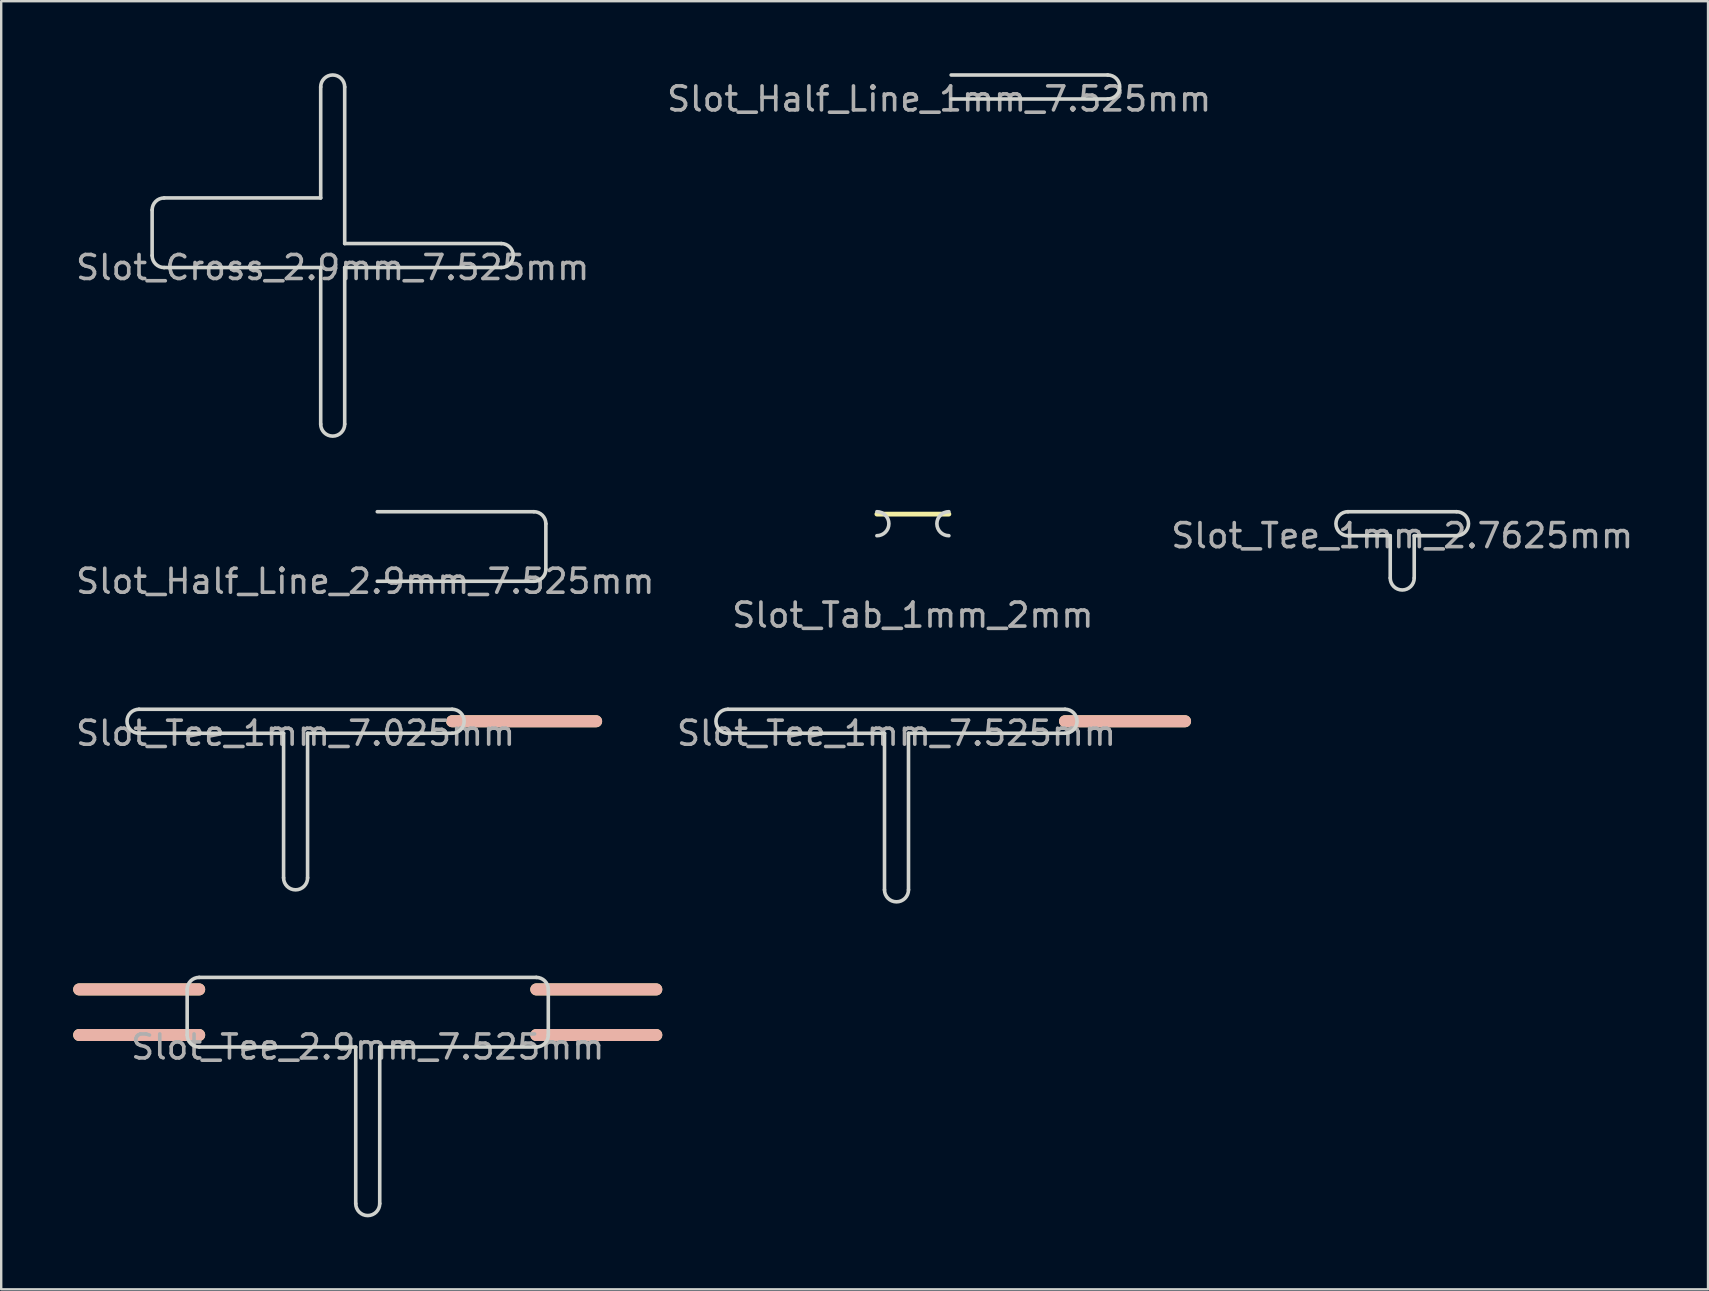
<source format=kicad_pcb>
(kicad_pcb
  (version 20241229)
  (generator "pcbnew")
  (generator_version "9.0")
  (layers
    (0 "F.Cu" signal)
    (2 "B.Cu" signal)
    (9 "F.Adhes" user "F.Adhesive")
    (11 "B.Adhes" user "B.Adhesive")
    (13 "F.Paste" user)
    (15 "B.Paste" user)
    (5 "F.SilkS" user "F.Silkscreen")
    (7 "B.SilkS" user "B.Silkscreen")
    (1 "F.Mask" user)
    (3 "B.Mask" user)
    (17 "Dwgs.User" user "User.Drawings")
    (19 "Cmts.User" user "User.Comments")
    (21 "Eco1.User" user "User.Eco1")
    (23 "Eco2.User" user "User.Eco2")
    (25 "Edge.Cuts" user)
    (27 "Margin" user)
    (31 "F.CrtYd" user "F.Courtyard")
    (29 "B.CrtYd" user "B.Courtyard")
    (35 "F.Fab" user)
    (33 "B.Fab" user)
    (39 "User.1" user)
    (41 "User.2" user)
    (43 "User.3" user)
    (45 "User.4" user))
  (footprint "Slot_Tee_1mm_2.7625mm"
    (layer "F.Cu")
    (at 55.387 18.775)
    (property "Reference" "Slot_Tee_1mm_2.7625mm" (at 0 0.5 0) (layer "F.Fab") (effects (font (size 1 1) (thickness 0.15))))
    (attr through_hole)
    (fp_line (start -2.263 0.5) (end -0.5 0.5) (stroke (width 0.15) (type solid)) (layer "Edge.Cuts"))
    (fp_line (start -0.5 0.5) (end -0.5 2.263) (stroke (width 0.15) (type solid)) (layer "Edge.Cuts"))
    (fp_line (start 0.5 0.5) (end 2.263 0.5) (stroke (width 0.15) (type solid)) (layer "Edge.Cuts"))
    (fp_line (start 0.5 2.263) (end 0.5 0.5) (stroke (width 0.15) (type solid)) (layer "Edge.Cuts"))
    (fp_line (start 2.263 -0.5) (end -2.263 -0.5) (stroke (width 0.15) (type solid)) (layer "Edge.Cuts"))
    (fp_arc (start -2.2625 0.5) (mid -2.7625 0) (end -2.2625 -0.5) (stroke (width 0.15) (type solid)) (layer "Edge.Cuts"))
    (fp_arc (start 0.5 2.2625) (mid 0 2.7625) (end -0.5 2.2625) (stroke (width 0.15) (type solid)) (layer "Edge.Cuts"))
    (fp_arc (start 2.2625 -0.5) (mid 2.7625 0) (end 2.2625 0.5) (stroke (width 0.15) (type solid)) (layer "Edge.Cuts")))
  (footprint "Slot_Half_Line_2.9mm_7.525mm"
    (layer "F.Cu")
    (at 12.173 20.675)
    (property "Reference" "Slot_Half_Line_2.9mm_7.525mm" (at 0 0.5 0) (layer "F.Fab") (effects (font (size 1 1) (thickness 0.15))))
    (attr through_hole)
    (fp_line (start 0.5 0.5) (end 7.025 0.5) (stroke (width 0.15) (type solid)) (layer "Edge.Cuts"))
    (fp_line (start 7.025 -2.4) (end 0.5 -2.4) (stroke (width 0.15) (type solid)) (layer "Edge.Cuts"))
    (fp_line (start 7.525 -1.9) (end 7.525 0) (stroke (width 0.15) (type solid)) (layer "Edge.Cuts"))
    (fp_arc (start 7.025 -2.4) (mid 7.378553 -2.253553) (end 7.525 -1.9) (stroke (width 0.15) (type solid)) (layer "Edge.Cuts"))
    (fp_arc (start 7.525 0) (mid 7.378553 0.353553) (end 7.025 0.5) (stroke (width 0.15) (type solid)) (layer "Edge.Cuts")))
  (footprint "Slot_Tab_1mm_2mm"
    (layer "F.Cu")
    (at 34.994 18.775)
    (property "Reference" "Slot_Tab_1mm_2mm" (at 0 3.81 0) (layer "F.Fab") (effects (font (size 1 1) (thickness 0.15))))
    (attr through_hole)
    (fp_line (start -1.5 -0.4) (end 1.5 -0.4) (stroke (width 0.2) (type solid)) (layer "F.SilkS"))
    (fp_arc (start -1.5 -0.5) (mid -1 0) (end -1.5 0.5) (stroke (width 0.15) (type solid)) (layer "Edge.Cuts"))
    (fp_arc (start 1.5 0.5) (mid 1 0) (end 1.5 -0.5) (stroke (width 0.15) (type solid)) (layer "Edge.Cuts")))
  (footprint "Slot_Tee_1mm_7.525mm"
    (layer "F.Cu")
    (at 34.311 27.008)
    (property "Reference" "Slot_Tee_1mm_7.525mm" (at 0 0.5 0) (layer "F.Fab") (effects (font (size 1 1) (thickness 0.15))))
    (attr through_hole)
    (fp_line (start 7.025 0) (end 12.025 0) (stroke (width 0.5) (type solid)) (layer "F.SilkS"))
    (fp_line (start 7.025 0) (end 12.025 0) (stroke (width 0.5) (type solid)) (layer "B.SilkS"))
    (fp_line (start -7.025 -0.5) (end 7.025 -0.5) (stroke (width 0.15) (type solid)) (layer "Edge.Cuts"))
    (fp_line (start -0.5 0.5) (end -7.025 0.5) (stroke (width 0.15) (type solid)) (layer "Edge.Cuts"))
    (fp_line (start -0.5 7.025) (end -0.5 0.5) (stroke (width 0.15) (type solid)) (layer "Edge.Cuts"))
    (fp_line (start 0.5 0.5) (end 0.5 7.025) (stroke (width 0.15) (type solid)) (layer "Edge.Cuts"))
    (fp_line (start 7.025 0.5) (end 0.5 0.5) (stroke (width 0.15) (type solid)) (layer "Edge.Cuts"))
    (fp_arc (start -7.025 0.5) (mid -7.525 0) (end -7.025 -0.5) (stroke (width 0.15) (type solid)) (layer "Edge.Cuts"))
    (fp_arc (start 0.5 7.025) (mid 0 7.525) (end -0.5 7.025) (stroke (width 0.15) (type solid)) (layer "Edge.Cuts"))
    (fp_arc (start 7.025 -0.5) (mid 7.525 0) (end 7.025 0.5) (stroke (width 0.15) (type solid)) (layer "Edge.Cuts")))
  (footprint "Slot_Cross_2.9mm_7.525mm"
    (layer "F.Cu")
    (at 10.815 7.6)
    (property "Reference" "Slot_Cross_2.9mm_7.525mm" (at 0 0.5 0) (layer "F.Fab") (effects (font (size 1 1) (thickness 0.15))))
    (attr through_hole)
    (fp_line (start -7.525 0) (end -7.525 -1.9) (stroke (width 0.15) (type solid)) (layer "Edge.Cuts"))
    (fp_line (start -7.025 -2.4) (end -0.5 -2.4) (stroke (width 0.15) (type solid)) (layer "Edge.Cuts"))
    (fp_line (start -0.5 -2.4) (end -0.5 -7.025) (stroke (width 0.15) (type solid)) (layer "Edge.Cuts"))
    (fp_line (start -0.5 0.5) (end -7.025 0.5) (stroke (width 0.15) (type solid)) (layer "Edge.Cuts"))
    (fp_line (start -0.5 7.025) (end -0.5 0.5) (stroke (width 0.15) (type solid)) (layer "Edge.Cuts"))
    (fp_line (start 0.5 -7.025) (end 0.5 -0.5) (stroke (width 0.15) (type solid)) (layer "Edge.Cuts"))
    (fp_line (start 0.5 -0.5) (end 7.025 -0.5) (stroke (width 0.15) (type solid)) (layer "Edge.Cuts"))
    (fp_line (start 0.5 0.5) (end 0.5 7.025) (stroke (width 0.15) (type solid)) (layer "Edge.Cuts"))
    (fp_line (start 7.025 0.5) (end 0.5 0.5) (stroke (width 0.15) (type solid)) (layer "Edge.Cuts"))
    (fp_arc (start -7.525 -1.9) (mid -7.378553 -2.253553) (end -7.025 -2.4) (stroke (width 0.15) (type solid)) (layer "Edge.Cuts"))
    (fp_arc (start -7.025 0.5) (mid -7.378553 0.353553) (end -7.525 0) (stroke (width 0.15) (type solid)) (layer "Edge.Cuts"))
    (fp_arc (start -0.5 -7.025) (mid 0 -7.525) (end 0.5 -7.025) (stroke (width 0.15) (type solid)) (layer "Edge.Cuts"))
    (fp_arc (start 0.5 7.025) (mid 0 7.525) (end -0.5 7.025) (stroke (width 0.15) (type solid)) (layer "Edge.Cuts"))
    (fp_arc (start 7.025 -0.5) (mid 7.525 0) (end 7.025 0.5) (stroke (width 0.15) (type solid)) (layer "Edge.Cuts")))
  (footprint "Slot_Half_Line_1mm_7.525mm"
    (layer "F.Cu")
    (at 36.089 0.575)
    (property "Reference" "Slot_Half_Line_1mm_7.525mm" (at 0 0.5 0) (layer "F.Fab") (effects (font (size 1 1) (thickness 0.15))))
    (attr through_hole)
    (fp_line (start 0.5 0.5) (end 7.025 0.5) (stroke (width 0.15) (type solid)) (layer "Edge.Cuts"))
    (fp_line (start 7.025 -0.5) (end 0.5 -0.5) (stroke (width 0.15) (type solid)) (layer "Edge.Cuts"))
    (fp_arc (start 7.025 -0.5) (mid 7.525 0) (end 7.025 0.5) (stroke (width 0.15) (type solid)) (layer "Edge.Cuts")))
  (footprint "Slot_Tee_2.9mm_7.525mm"
    (layer "F.Cu")
    (at 12.275 40.083)
    (property "Reference" "Slot_Tee_2.9mm_7.525mm" (at 0 0.5 0) (layer "F.Fab") (effects (font (size 1 1) (thickness 0.15))))
    (attr through_hole)
    (fp_line (start -12.025 -1.9) (end -7.025 -1.9) (stroke (width 0.5) (type solid)) (layer "F.SilkS"))
    (fp_line (start -12.025 0) (end -7.025 0) (stroke (width 0.5) (type solid)) (layer "F.SilkS"))
    (fp_line (start 7.025 -1.9) (end 12.025 -1.9) (stroke (width 0.5) (type solid)) (layer "F.SilkS"))
    (fp_line (start 7.025 0) (end 12.025 0) (stroke (width 0.5) (type solid)) (layer "F.SilkS"))
    (fp_line (start -12.025 -1.9) (end -7.025 -1.9) (stroke (width 0.5) (type solid)) (layer "B.SilkS"))
    (fp_line (start -12.025 0) (end -7.025 0) (stroke (width 0.5) (type solid)) (layer "B.SilkS"))
    (fp_line (start 7.025 -1.9) (end 12.025 -1.9) (stroke (width 0.5) (type solid)) (layer "B.SilkS"))
    (fp_line (start 7.025 0) (end 12.025 0) (stroke (width 0.5) (type solid)) (layer "B.SilkS"))
    (fp_line (start -7.525 0) (end -7.525 -1.9) (stroke (width 0.15) (type solid)) (layer "Edge.Cuts"))
    (fp_line (start -7.025 -2.4) (end 7.025 -2.4) (stroke (width 0.15) (type solid)) (layer "Edge.Cuts"))
    (fp_line (start -0.5 0.5) (end -7.025 0.5) (stroke (width 0.15) (type solid)) (layer "Edge.Cuts"))
    (fp_line (start -0.5 7.025) (end -0.5 0.5) (stroke (width 0.15) (type solid)) (layer "Edge.Cuts"))
    (fp_line (start 0.5 0.5) (end 0.5 7.025) (stroke (width 0.15) (type solid)) (layer "Edge.Cuts"))
    (fp_line (start 7.025 0.5) (end 0.5 0.5) (stroke (width 0.15) (type solid)) (layer "Edge.Cuts"))
    (fp_line (start 7.525 0) (end 7.525 -1.9) (stroke (width 0.15) (type solid)) (layer "Edge.Cuts"))
    (fp_arc (start -7.525 -1.9) (mid -7.378553 -2.253553) (end -7.025 -2.4) (stroke (width 0.15) (type solid)) (layer "Edge.Cuts"))
    (fp_arc (start -7.025 0.5) (mid -7.378553 0.353553) (end -7.525 0) (stroke (width 0.15) (type solid)) (layer "Edge.Cuts"))
    (fp_arc (start 0.5 7.025) (mid 0 7.525) (end -0.5 7.025) (stroke (width 0.15) (type solid)) (layer "Edge.Cuts"))
    (fp_arc (start 7.025 -2.4) (mid 7.378553 -2.253553) (end 7.525 -1.9) (stroke (width 0.15) (type solid)) (layer "Edge.Cuts"))
    (fp_arc (start 7.525 0) (mid 7.378553 0.353553) (end 7.025 0.5) (stroke (width 0.15) (type solid)) (layer "Edge.Cuts")))
  (footprint "Slot_Tee_1mm_7.025mm"
    (layer "F.Cu")
    (at 9.268 27.008)
    (property "Reference" "Slot_Tee_1mm_7.025mm" (at 0 0.5 0) (layer "F.Fab") (effects (font (size 1 1) (thickness 0.15))))
    (attr through_hole)
    (fp_line (start 6.525 0) (end 12.525 0) (stroke (width 0.5) (type solid)) (layer "F.SilkS"))
    (fp_line (start 6.525 0) (end 12.525 0) (stroke (width 0.5) (type solid)) (layer "B.SilkS"))
    (fp_line (start -6.525 -0.5) (end 6.525 -0.5) (stroke (width 0.15) (type solid)) (layer "Edge.Cuts"))
    (fp_line (start -0.5 0.5) (end -6.525 0.5) (stroke (width 0.15) (type solid)) (layer "Edge.Cuts"))
    (fp_line (start -0.5 6.525) (end -0.5 0.5) (stroke (width 0.15) (type solid)) (layer "Edge.Cuts"))
    (fp_line (start 0.5 0.5) (end 0.5 6.525) (stroke (width 0.15) (type solid)) (layer "Edge.Cuts"))
    (fp_line (start 6.525 0.5) (end 0.5 0.5) (stroke (width 0.15) (type solid)) (layer "Edge.Cuts"))
    (fp_arc (start -6.525 0.5) (mid -7.025 0) (end -6.525 -0.5) (stroke (width 0.15) (type solid)) (layer "Edge.Cuts"))
    (fp_arc (start 0.5 6.525) (mid 0 7.025) (end -0.5 6.525) (stroke (width 0.15) (type solid)) (layer "Edge.Cuts"))
    (fp_arc (start 6.525 -0.5) (mid 7.025 0) (end 6.525 0.5) (stroke (width 0.15) (type solid)) (layer "Edge.Cuts")))
  (gr_rect
    (start -3 -3)
    (end 68.131 50.683)
    (stroke (width 0.1) (type default))
    (fill no)
    (layer "Edge.Cuts")))
</source>
